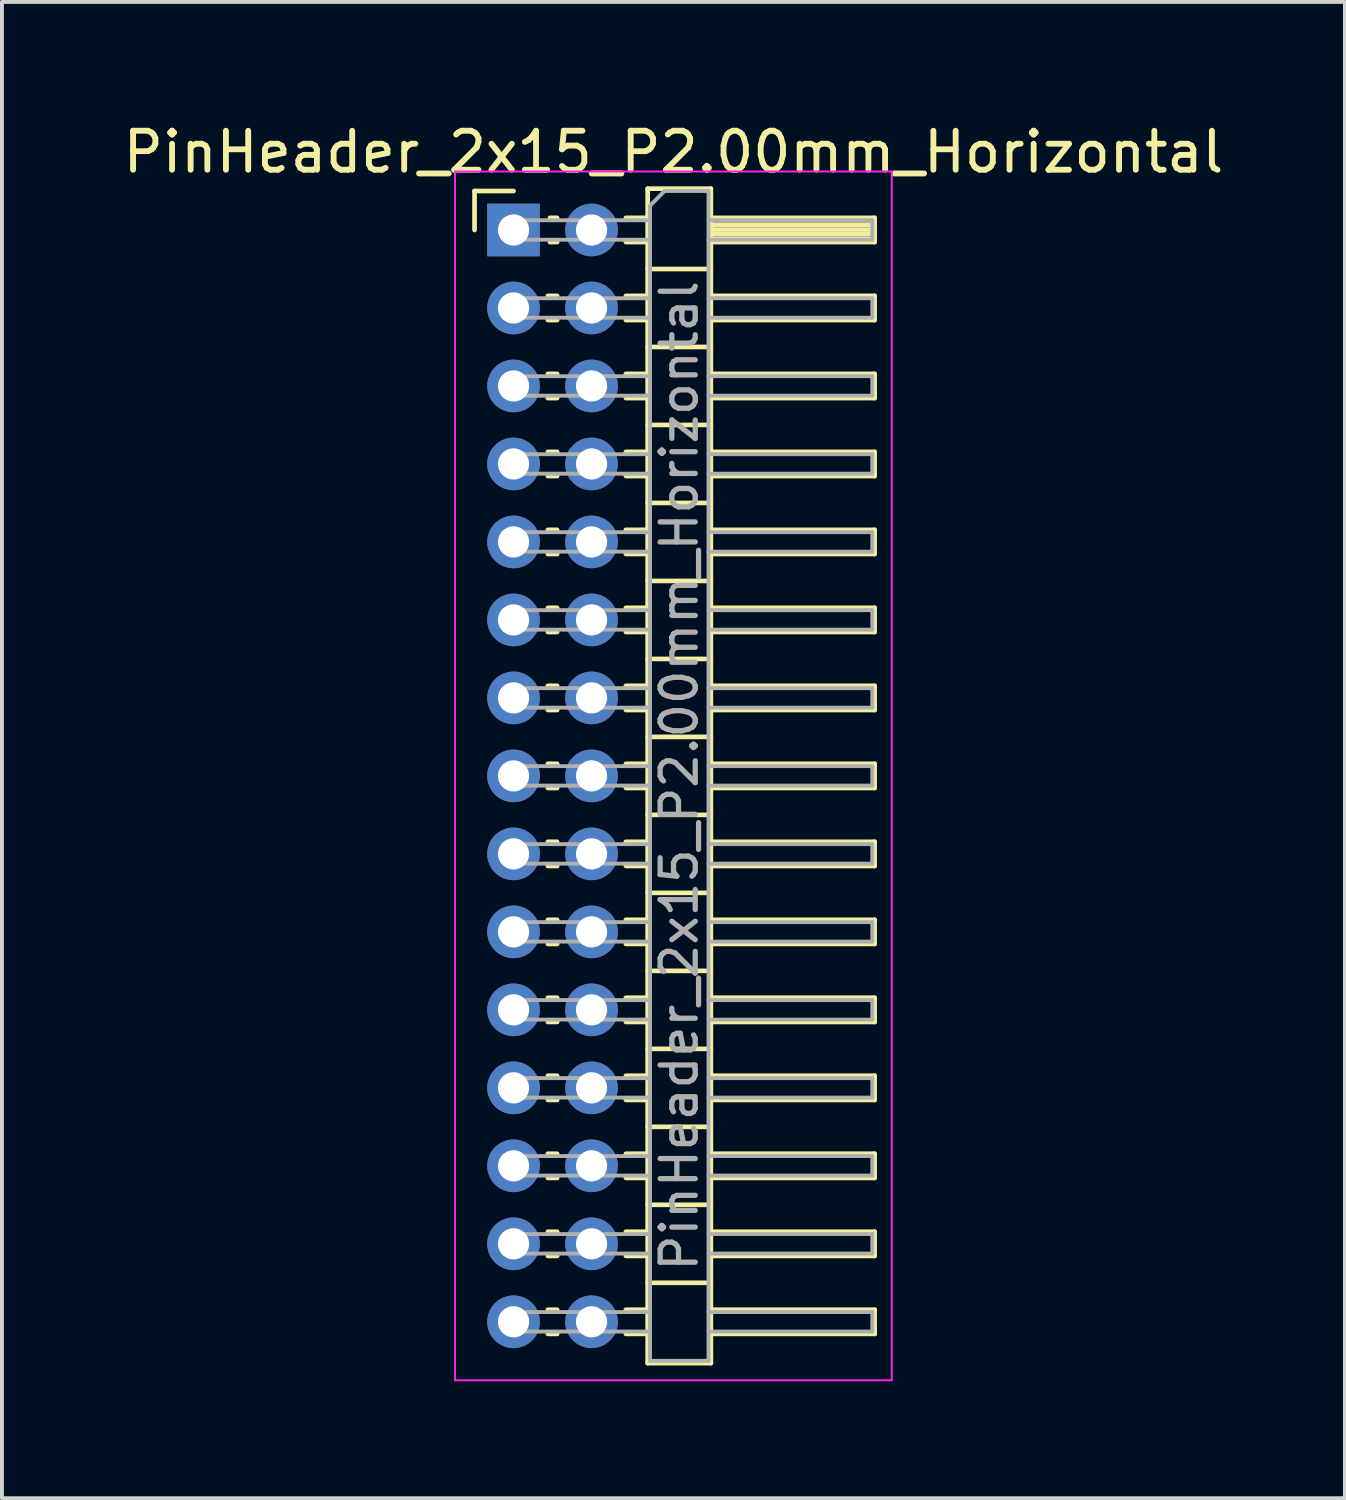
<source format=kicad_pcb>
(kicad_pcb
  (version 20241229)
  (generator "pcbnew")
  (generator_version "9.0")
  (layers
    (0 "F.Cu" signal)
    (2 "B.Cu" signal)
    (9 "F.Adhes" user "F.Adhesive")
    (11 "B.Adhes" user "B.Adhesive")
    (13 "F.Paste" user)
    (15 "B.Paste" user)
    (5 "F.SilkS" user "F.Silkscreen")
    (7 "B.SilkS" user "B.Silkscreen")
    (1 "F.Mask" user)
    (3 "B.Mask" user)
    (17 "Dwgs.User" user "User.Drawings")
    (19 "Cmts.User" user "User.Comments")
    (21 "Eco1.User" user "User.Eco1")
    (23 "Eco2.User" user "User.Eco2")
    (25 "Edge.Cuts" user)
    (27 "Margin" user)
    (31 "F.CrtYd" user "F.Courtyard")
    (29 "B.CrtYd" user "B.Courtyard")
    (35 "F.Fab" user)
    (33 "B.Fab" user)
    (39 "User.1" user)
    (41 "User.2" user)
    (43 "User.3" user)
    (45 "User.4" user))
  (footprint "PinHeader_2x15_P2.00mm_Horizontal"
    (layer "F.Cu")
    (at 10.12 2.848)
    (property "Reference" "PinHeader_2x15_P2.00mm_Horizontal" (at 4.1 -2 0) (layer "F.SilkS") (effects (font (size 1 1) (thickness 0.15))))
    (attr through_hole)
    (fp_line (start -1 -1) (end 0 -1) (stroke (width 0.12) (type solid)) (layer "F.SilkS"))
    (fp_line (start -1 0) (end -1 -1) (stroke (width 0.12) (type solid)) (layer "F.SilkS"))
    (fp_line (start 0.882 1.69) (end 1.118 1.69) (stroke (width 0.12) (type solid)) (layer "F.SilkS"))
    (fp_line (start 0.882 2.31) (end 1.118 2.31) (stroke (width 0.12) (type solid)) (layer "F.SilkS"))
    (fp_line (start 0.882 3.69) (end 1.118 3.69) (stroke (width 0.12) (type solid)) (layer "F.SilkS"))
    (fp_line (start 0.882 4.31) (end 1.118 4.31) (stroke (width 0.12) (type solid)) (layer "F.SilkS"))
    (fp_line (start 0.882 5.69) (end 1.118 5.69) (stroke (width 0.12) (type solid)) (layer "F.SilkS"))
    (fp_line (start 0.882 6.31) (end 1.118 6.31) (stroke (width 0.12) (type solid)) (layer "F.SilkS"))
    (fp_line (start 0.882 7.69) (end 1.118 7.69) (stroke (width 0.12) (type solid)) (layer "F.SilkS"))
    (fp_line (start 0.882 8.31) (end 1.118 8.31) (stroke (width 0.12) (type solid)) (layer "F.SilkS"))
    (fp_line (start 0.882 9.69) (end 1.118 9.69) (stroke (width 0.12) (type solid)) (layer "F.SilkS"))
    (fp_line (start 0.882 10.31) (end 1.118 10.31) (stroke (width 0.12) (type solid)) (layer "F.SilkS"))
    (fp_line (start 0.882 11.69) (end 1.118 11.69) (stroke (width 0.12) (type solid)) (layer "F.SilkS"))
    (fp_line (start 0.882 12.31) (end 1.118 12.31) (stroke (width 0.12) (type solid)) (layer "F.SilkS"))
    (fp_line (start 0.882 13.69) (end 1.118 13.69) (stroke (width 0.12) (type solid)) (layer "F.SilkS"))
    (fp_line (start 0.882 14.31) (end 1.118 14.31) (stroke (width 0.12) (type solid)) (layer "F.SilkS"))
    (fp_line (start 0.882 15.69) (end 1.118 15.69) (stroke (width 0.12) (type solid)) (layer "F.SilkS"))
    (fp_line (start 0.882 16.31) (end 1.118 16.31) (stroke (width 0.12) (type solid)) (layer "F.SilkS"))
    (fp_line (start 0.882 17.69) (end 1.118 17.69) (stroke (width 0.12) (type solid)) (layer "F.SilkS"))
    (fp_line (start 0.882 18.31) (end 1.118 18.31) (stroke (width 0.12) (type solid)) (layer "F.SilkS"))
    (fp_line (start 0.882 19.69) (end 1.118 19.69) (stroke (width 0.12) (type solid)) (layer "F.SilkS"))
    (fp_line (start 0.882 20.31) (end 1.118 20.31) (stroke (width 0.12) (type solid)) (layer "F.SilkS"))
    (fp_line (start 0.882 21.69) (end 1.118 21.69) (stroke (width 0.12) (type solid)) (layer "F.SilkS"))
    (fp_line (start 0.882 22.31) (end 1.118 22.31) (stroke (width 0.12) (type solid)) (layer "F.SilkS"))
    (fp_line (start 0.882 23.69) (end 1.118 23.69) (stroke (width 0.12) (type solid)) (layer "F.SilkS"))
    (fp_line (start 0.882 24.31) (end 1.118 24.31) (stroke (width 0.12) (type solid)) (layer "F.SilkS"))
    (fp_line (start 0.882 25.69) (end 1.118 25.69) (stroke (width 0.12) (type solid)) (layer "F.SilkS"))
    (fp_line (start 0.882 26.31) (end 1.118 26.31) (stroke (width 0.12) (type solid)) (layer "F.SilkS"))
    (fp_line (start 0.882 27.69) (end 1.118 27.69) (stroke (width 0.12) (type solid)) (layer "F.SilkS"))
    (fp_line (start 0.882 28.31) (end 1.118 28.31) (stroke (width 0.12) (type solid)) (layer "F.SilkS"))
    (fp_line (start 0.935 -0.31) (end 1.118 -0.31) (stroke (width 0.12) (type solid)) (layer "F.SilkS"))
    (fp_line (start 0.935 0.31) (end 1.118 0.31) (stroke (width 0.12) (type solid)) (layer "F.SilkS"))
    (fp_line (start 2.882 -0.31) (end 3.44 -0.31) (stroke (width 0.12) (type solid)) (layer "F.SilkS"))
    (fp_line (start 2.882 0.31) (end 3.44 0.31) (stroke (width 0.12) (type solid)) (layer "F.SilkS"))
    (fp_line (start 2.882 1.69) (end 3.44 1.69) (stroke (width 0.12) (type solid)) (layer "F.SilkS"))
    (fp_line (start 2.882 2.31) (end 3.44 2.31) (stroke (width 0.12) (type solid)) (layer "F.SilkS"))
    (fp_line (start 2.882 3.69) (end 3.44 3.69) (stroke (width 0.12) (type solid)) (layer "F.SilkS"))
    (fp_line (start 2.882 4.31) (end 3.44 4.31) (stroke (width 0.12) (type solid)) (layer "F.SilkS"))
    (fp_line (start 2.882 5.69) (end 3.44 5.69) (stroke (width 0.12) (type solid)) (layer "F.SilkS"))
    (fp_line (start 2.882 6.31) (end 3.44 6.31) (stroke (width 0.12) (type solid)) (layer "F.SilkS"))
    (fp_line (start 2.882 7.69) (end 3.44 7.69) (stroke (width 0.12) (type solid)) (layer "F.SilkS"))
    (fp_line (start 2.882 8.31) (end 3.44 8.31) (stroke (width 0.12) (type solid)) (layer "F.SilkS"))
    (fp_line (start 2.882 9.69) (end 3.44 9.69) (stroke (width 0.12) (type solid)) (layer "F.SilkS"))
    (fp_line (start 2.882 10.31) (end 3.44 10.31) (stroke (width 0.12) (type solid)) (layer "F.SilkS"))
    (fp_line (start 2.882 11.69) (end 3.44 11.69) (stroke (width 0.12) (type solid)) (layer "F.SilkS"))
    (fp_line (start 2.882 12.31) (end 3.44 12.31) (stroke (width 0.12) (type solid)) (layer "F.SilkS"))
    (fp_line (start 2.882 13.69) (end 3.44 13.69) (stroke (width 0.12) (type solid)) (layer "F.SilkS"))
    (fp_line (start 2.882 14.31) (end 3.44 14.31) (stroke (width 0.12) (type solid)) (layer "F.SilkS"))
    (fp_line (start 2.882 15.69) (end 3.44 15.69) (stroke (width 0.12) (type solid)) (layer "F.SilkS"))
    (fp_line (start 2.882 16.31) (end 3.44 16.31) (stroke (width 0.12) (type solid)) (layer "F.SilkS"))
    (fp_line (start 2.882 17.69) (end 3.44 17.69) (stroke (width 0.12) (type solid)) (layer "F.SilkS"))
    (fp_line (start 2.882 18.31) (end 3.44 18.31) (stroke (width 0.12) (type solid)) (layer "F.SilkS"))
    (fp_line (start 2.882 19.69) (end 3.44 19.69) (stroke (width 0.12) (type solid)) (layer "F.SilkS"))
    (fp_line (start 2.882 20.31) (end 3.44 20.31) (stroke (width 0.12) (type solid)) (layer "F.SilkS"))
    (fp_line (start 2.882 21.69) (end 3.44 21.69) (stroke (width 0.12) (type solid)) (layer "F.SilkS"))
    (fp_line (start 2.882 22.31) (end 3.44 22.31) (stroke (width 0.12) (type solid)) (layer "F.SilkS"))
    (fp_line (start 2.882 23.69) (end 3.44 23.69) (stroke (width 0.12) (type solid)) (layer "F.SilkS"))
    (fp_line (start 2.882 24.31) (end 3.44 24.31) (stroke (width 0.12) (type solid)) (layer "F.SilkS"))
    (fp_line (start 2.882 25.69) (end 3.44 25.69) (stroke (width 0.12) (type solid)) (layer "F.SilkS"))
    (fp_line (start 2.882 26.31) (end 3.44 26.31) (stroke (width 0.12) (type solid)) (layer "F.SilkS"))
    (fp_line (start 2.882 27.69) (end 3.44 27.69) (stroke (width 0.12) (type solid)) (layer "F.SilkS"))
    (fp_line (start 2.882 28.31) (end 3.44 28.31) (stroke (width 0.12) (type solid)) (layer "F.SilkS"))
    (fp_line (start 3.44 -1.06) (end 3.44 29.06) (stroke (width 0.12) (type solid)) (layer "F.SilkS"))
    (fp_line (start 3.44 1) (end 5.06 1) (stroke (width 0.12) (type solid)) (layer "F.SilkS"))
    (fp_line (start 3.44 3) (end 5.06 3) (stroke (width 0.12) (type solid)) (layer "F.SilkS"))
    (fp_line (start 3.44 5) (end 5.06 5) (stroke (width 0.12) (type solid)) (layer "F.SilkS"))
    (fp_line (start 3.44 7) (end 5.06 7) (stroke (width 0.12) (type solid)) (layer "F.SilkS"))
    (fp_line (start 3.44 9) (end 5.06 9) (stroke (width 0.12) (type solid)) (layer "F.SilkS"))
    (fp_line (start 3.44 11) (end 5.06 11) (stroke (width 0.12) (type solid)) (layer "F.SilkS"))
    (fp_line (start 3.44 13) (end 5.06 13) (stroke (width 0.12) (type solid)) (layer "F.SilkS"))
    (fp_line (start 3.44 15) (end 5.06 15) (stroke (width 0.12) (type solid)) (layer "F.SilkS"))
    (fp_line (start 3.44 17) (end 5.06 17) (stroke (width 0.12) (type solid)) (layer "F.SilkS"))
    (fp_line (start 3.44 19) (end 5.06 19) (stroke (width 0.12) (type solid)) (layer "F.SilkS"))
    (fp_line (start 3.44 21) (end 5.06 21) (stroke (width 0.12) (type solid)) (layer "F.SilkS"))
    (fp_line (start 3.44 23) (end 5.06 23) (stroke (width 0.12) (type solid)) (layer "F.SilkS"))
    (fp_line (start 3.44 25) (end 5.06 25) (stroke (width 0.12) (type solid)) (layer "F.SilkS"))
    (fp_line (start 3.44 27) (end 5.06 27) (stroke (width 0.12) (type solid)) (layer "F.SilkS"))
    (fp_line (start 3.44 29.06) (end 5.06 29.06) (stroke (width 0.12) (type solid)) (layer "F.SilkS"))
    (fp_line (start 5.06 -1.06) (end 3.44 -1.06) (stroke (width 0.12) (type solid)) (layer "F.SilkS"))
    (fp_line (start 5.06 -0.31) (end 9.26 -0.31) (stroke (width 0.12) (type solid)) (layer "F.SilkS"))
    (fp_line (start 5.06 -0.25) (end 9.26 -0.25) (stroke (width 0.12) (type solid)) (layer "F.SilkS"))
    (fp_line (start 5.06 -0.13) (end 9.26 -0.13) (stroke (width 0.12) (type solid)) (layer "F.SilkS"))
    (fp_line (start 5.06 -0.01) (end 9.26 -0.01) (stroke (width 0.12) (type solid)) (layer "F.SilkS"))
    (fp_line (start 5.06 0.11) (end 9.26 0.11) (stroke (width 0.12) (type solid)) (layer "F.SilkS"))
    (fp_line (start 5.06 0.23) (end 9.26 0.23) (stroke (width 0.12) (type solid)) (layer "F.SilkS"))
    (fp_line (start 5.06 1.69) (end 9.26 1.69) (stroke (width 0.12) (type solid)) (layer "F.SilkS"))
    (fp_line (start 5.06 3.69) (end 9.26 3.69) (stroke (width 0.12) (type solid)) (layer "F.SilkS"))
    (fp_line (start 5.06 5.69) (end 9.26 5.69) (stroke (width 0.12) (type solid)) (layer "F.SilkS"))
    (fp_line (start 5.06 7.69) (end 9.26 7.69) (stroke (width 0.12) (type solid)) (layer "F.SilkS"))
    (fp_line (start 5.06 9.69) (end 9.26 9.69) (stroke (width 0.12) (type solid)) (layer "F.SilkS"))
    (fp_line (start 5.06 11.69) (end 9.26 11.69) (stroke (width 0.12) (type solid)) (layer "F.SilkS"))
    (fp_line (start 5.06 13.69) (end 9.26 13.69) (stroke (width 0.12) (type solid)) (layer "F.SilkS"))
    (fp_line (start 5.06 15.69) (end 9.26 15.69) (stroke (width 0.12) (type solid)) (layer "F.SilkS"))
    (fp_line (start 5.06 17.69) (end 9.26 17.69) (stroke (width 0.12) (type solid)) (layer "F.SilkS"))
    (fp_line (start 5.06 19.69) (end 9.26 19.69) (stroke (width 0.12) (type solid)) (layer "F.SilkS"))
    (fp_line (start 5.06 21.69) (end 9.26 21.69) (stroke (width 0.12) (type solid)) (layer "F.SilkS"))
    (fp_line (start 5.06 23.69) (end 9.26 23.69) (stroke (width 0.12) (type solid)) (layer "F.SilkS"))
    (fp_line (start 5.06 25.69) (end 9.26 25.69) (stroke (width 0.12) (type solid)) (layer "F.SilkS"))
    (fp_line (start 5.06 27.69) (end 9.26 27.69) (stroke (width 0.12) (type solid)) (layer "F.SilkS"))
    (fp_line (start 5.06 29.06) (end 5.06 -1.06) (stroke (width 0.12) (type solid)) (layer "F.SilkS"))
    (fp_line (start 9.26 -0.31) (end 9.26 0.31) (stroke (width 0.12) (type solid)) (layer "F.SilkS"))
    (fp_line (start 9.26 0.31) (end 5.06 0.31) (stroke (width 0.12) (type solid)) (layer "F.SilkS"))
    (fp_line (start 9.26 1.69) (end 9.26 2.31) (stroke (width 0.12) (type solid)) (layer "F.SilkS"))
    (fp_line (start 9.26 2.31) (end 5.06 2.31) (stroke (width 0.12) (type solid)) (layer "F.SilkS"))
    (fp_line (start 9.26 3.69) (end 9.26 4.31) (stroke (width 0.12) (type solid)) (layer "F.SilkS"))
    (fp_line (start 9.26 4.31) (end 5.06 4.31) (stroke (width 0.12) (type solid)) (layer "F.SilkS"))
    (fp_line (start 9.26 5.69) (end 9.26 6.31) (stroke (width 0.12) (type solid)) (layer "F.SilkS"))
    (fp_line (start 9.26 6.31) (end 5.06 6.31) (stroke (width 0.12) (type solid)) (layer "F.SilkS"))
    (fp_line (start 9.26 7.69) (end 9.26 8.31) (stroke (width 0.12) (type solid)) (layer "F.SilkS"))
    (fp_line (start 9.26 8.31) (end 5.06 8.31) (stroke (width 0.12) (type solid)) (layer "F.SilkS"))
    (fp_line (start 9.26 9.69) (end 9.26 10.31) (stroke (width 0.12) (type solid)) (layer "F.SilkS"))
    (fp_line (start 9.26 10.31) (end 5.06 10.31) (stroke (width 0.12) (type solid)) (layer "F.SilkS"))
    (fp_line (start 9.26 11.69) (end 9.26 12.31) (stroke (width 0.12) (type solid)) (layer "F.SilkS"))
    (fp_line (start 9.26 12.31) (end 5.06 12.31) (stroke (width 0.12) (type solid)) (layer "F.SilkS"))
    (fp_line (start 9.26 13.69) (end 9.26 14.31) (stroke (width 0.12) (type solid)) (layer "F.SilkS"))
    (fp_line (start 9.26 14.31) (end 5.06 14.31) (stroke (width 0.12) (type solid)) (layer "F.SilkS"))
    (fp_line (start 9.26 15.69) (end 9.26 16.31) (stroke (width 0.12) (type solid)) (layer "F.SilkS"))
    (fp_line (start 9.26 16.31) (end 5.06 16.31) (stroke (width 0.12) (type solid)) (layer "F.SilkS"))
    (fp_line (start 9.26 17.69) (end 9.26 18.31) (stroke (width 0.12) (type solid)) (layer "F.SilkS"))
    (fp_line (start 9.26 18.31) (end 5.06 18.31) (stroke (width 0.12) (type solid)) (layer "F.SilkS"))
    (fp_line (start 9.26 19.69) (end 9.26 20.31) (stroke (width 0.12) (type solid)) (layer "F.SilkS"))
    (fp_line (start 9.26 20.31) (end 5.06 20.31) (stroke (width 0.12) (type solid)) (layer "F.SilkS"))
    (fp_line (start 9.26 21.69) (end 9.26 22.31) (stroke (width 0.12) (type solid)) (layer "F.SilkS"))
    (fp_line (start 9.26 22.31) (end 5.06 22.31) (stroke (width 0.12) (type solid)) (layer "F.SilkS"))
    (fp_line (start 9.26 23.69) (end 9.26 24.31) (stroke (width 0.12) (type solid)) (layer "F.SilkS"))
    (fp_line (start 9.26 24.31) (end 5.06 24.31) (stroke (width 0.12) (type solid)) (layer "F.SilkS"))
    (fp_line (start 9.26 25.69) (end 9.26 26.31) (stroke (width 0.12) (type solid)) (layer "F.SilkS"))
    (fp_line (start 9.26 26.31) (end 5.06 26.31) (stroke (width 0.12) (type solid)) (layer "F.SilkS"))
    (fp_line (start 9.26 27.69) (end 9.26 28.31) (stroke (width 0.12) (type solid)) (layer "F.SilkS"))
    (fp_line (start 9.26 28.31) (end 5.06 28.31) (stroke (width 0.12) (type solid)) (layer "F.SilkS"))
    (fp_line (start -1.5 -1.5) (end -1.5 29.5) (stroke (width 0.05) (type solid)) (layer "F.CrtYd"))
    (fp_line (start -1.5 29.5) (end 9.7 29.5) (stroke (width 0.05) (type solid)) (layer "F.CrtYd"))
    (fp_line (start 9.7 -1.5) (end -1.5 -1.5) (stroke (width 0.05) (type solid)) (layer "F.CrtYd"))
    (fp_line (start 9.7 29.5) (end 9.7 -1.5) (stroke (width 0.05) (type solid)) (layer "F.CrtYd"))
    (fp_line (start -0.25 -0.25) (end -0.25 0.25) (stroke (width 0.1) (type solid)) (layer "F.Fab"))
    (fp_line (start -0.25 -0.25) (end 3.5 -0.25) (stroke (width 0.1) (type solid)) (layer "F.Fab"))
    (fp_line (start -0.25 0.25) (end 3.5 0.25) (stroke (width 0.1) (type solid)) (layer "F.Fab"))
    (fp_line (start -0.25 1.75) (end -0.25 2.25) (stroke (width 0.1) (type solid)) (layer "F.Fab"))
    (fp_line (start -0.25 1.75) (end 3.5 1.75) (stroke (width 0.1) (type solid)) (layer "F.Fab"))
    (fp_line (start -0.25 2.25) (end 3.5 2.25) (stroke (width 0.1) (type solid)) (layer "F.Fab"))
    (fp_line (start -0.25 3.75) (end -0.25 4.25) (stroke (width 0.1) (type solid)) (layer "F.Fab"))
    (fp_line (start -0.25 3.75) (end 3.5 3.75) (stroke (width 0.1) (type solid)) (layer "F.Fab"))
    (fp_line (start -0.25 4.25) (end 3.5 4.25) (stroke (width 0.1) (type solid)) (layer "F.Fab"))
    (fp_line (start -0.25 5.75) (end -0.25 6.25) (stroke (width 0.1) (type solid)) (layer "F.Fab"))
    (fp_line (start -0.25 5.75) (end 3.5 5.75) (stroke (width 0.1) (type solid)) (layer "F.Fab"))
    (fp_line (start -0.25 6.25) (end 3.5 6.25) (stroke (width 0.1) (type solid)) (layer "F.Fab"))
    (fp_line (start -0.25 7.75) (end -0.25 8.25) (stroke (width 0.1) (type solid)) (layer "F.Fab"))
    (fp_line (start -0.25 7.75) (end 3.5 7.75) (stroke (width 0.1) (type solid)) (layer "F.Fab"))
    (fp_line (start -0.25 8.25) (end 3.5 8.25) (stroke (width 0.1) (type solid)) (layer "F.Fab"))
    (fp_line (start -0.25 9.75) (end -0.25 10.25) (stroke (width 0.1) (type solid)) (layer "F.Fab"))
    (fp_line (start -0.25 9.75) (end 3.5 9.75) (stroke (width 0.1) (type solid)) (layer "F.Fab"))
    (fp_line (start -0.25 10.25) (end 3.5 10.25) (stroke (width 0.1) (type solid)) (layer "F.Fab"))
    (fp_line (start -0.25 11.75) (end -0.25 12.25) (stroke (width 0.1) (type solid)) (layer "F.Fab"))
    (fp_line (start -0.25 11.75) (end 3.5 11.75) (stroke (width 0.1) (type solid)) (layer "F.Fab"))
    (fp_line (start -0.25 12.25) (end 3.5 12.25) (stroke (width 0.1) (type solid)) (layer "F.Fab"))
    (fp_line (start -0.25 13.75) (end -0.25 14.25) (stroke (width 0.1) (type solid)) (layer "F.Fab"))
    (fp_line (start -0.25 13.75) (end 3.5 13.75) (stroke (width 0.1) (type solid)) (layer "F.Fab"))
    (fp_line (start -0.25 14.25) (end 3.5 14.25) (stroke (width 0.1) (type solid)) (layer "F.Fab"))
    (fp_line (start -0.25 15.75) (end -0.25 16.25) (stroke (width 0.1) (type solid)) (layer "F.Fab"))
    (fp_line (start -0.25 15.75) (end 3.5 15.75) (stroke (width 0.1) (type solid)) (layer "F.Fab"))
    (fp_line (start -0.25 16.25) (end 3.5 16.25) (stroke (width 0.1) (type solid)) (layer "F.Fab"))
    (fp_line (start -0.25 17.75) (end -0.25 18.25) (stroke (width 0.1) (type solid)) (layer "F.Fab"))
    (fp_line (start -0.25 17.75) (end 3.5 17.75) (stroke (width 0.1) (type solid)) (layer "F.Fab"))
    (fp_line (start -0.25 18.25) (end 3.5 18.25) (stroke (width 0.1) (type solid)) (layer "F.Fab"))
    (fp_line (start -0.25 19.75) (end -0.25 20.25) (stroke (width 0.1) (type solid)) (layer "F.Fab"))
    (fp_line (start -0.25 19.75) (end 3.5 19.75) (stroke (width 0.1) (type solid)) (layer "F.Fab"))
    (fp_line (start -0.25 20.25) (end 3.5 20.25) (stroke (width 0.1) (type solid)) (layer "F.Fab"))
    (fp_line (start -0.25 21.75) (end -0.25 22.25) (stroke (width 0.1) (type solid)) (layer "F.Fab"))
    (fp_line (start -0.25 21.75) (end 3.5 21.75) (stroke (width 0.1) (type solid)) (layer "F.Fab"))
    (fp_line (start -0.25 22.25) (end 3.5 22.25) (stroke (width 0.1) (type solid)) (layer "F.Fab"))
    (fp_line (start -0.25 23.75) (end -0.25 24.25) (stroke (width 0.1) (type solid)) (layer "F.Fab"))
    (fp_line (start -0.25 23.75) (end 3.5 23.75) (stroke (width 0.1) (type solid)) (layer "F.Fab"))
    (fp_line (start -0.25 24.25) (end 3.5 24.25) (stroke (width 0.1) (type solid)) (layer "F.Fab"))
    (fp_line (start -0.25 25.75) (end -0.25 26.25) (stroke (width 0.1) (type solid)) (layer "F.Fab"))
    (fp_line (start -0.25 25.75) (end 3.5 25.75) (stroke (width 0.1) (type solid)) (layer "F.Fab"))
    (fp_line (start -0.25 26.25) (end 3.5 26.25) (stroke (width 0.1) (type solid)) (layer "F.Fab"))
    (fp_line (start -0.25 27.75) (end -0.25 28.25) (stroke (width 0.1) (type solid)) (layer "F.Fab"))
    (fp_line (start -0.25 27.75) (end 3.5 27.75) (stroke (width 0.1) (type solid)) (layer "F.Fab"))
    (fp_line (start -0.25 28.25) (end 3.5 28.25) (stroke (width 0.1) (type solid)) (layer "F.Fab"))
    (fp_line (start 3.5 -0.625) (end 3.875 -1) (stroke (width 0.1) (type solid)) (layer "F.Fab"))
    (fp_line (start 3.5 29) (end 3.5 -0.625) (stroke (width 0.1) (type solid)) (layer "F.Fab"))
    (fp_line (start 3.875 -1) (end 5 -1) (stroke (width 0.1) (type solid)) (layer "F.Fab"))
    (fp_line (start 5 -1) (end 5 29) (stroke (width 0.1) (type solid)) (layer "F.Fab"))
    (fp_line (start 5 -0.25) (end 9.2 -0.25) (stroke (width 0.1) (type solid)) (layer "F.Fab"))
    (fp_line (start 5 0.25) (end 9.2 0.25) (stroke (width 0.1) (type solid)) (layer "F.Fab"))
    (fp_line (start 5 1.75) (end 9.2 1.75) (stroke (width 0.1) (type solid)) (layer "F.Fab"))
    (fp_line (start 5 2.25) (end 9.2 2.25) (stroke (width 0.1) (type solid)) (layer "F.Fab"))
    (fp_line (start 5 3.75) (end 9.2 3.75) (stroke (width 0.1) (type solid)) (layer "F.Fab"))
    (fp_line (start 5 4.25) (end 9.2 4.25) (stroke (width 0.1) (type solid)) (layer "F.Fab"))
    (fp_line (start 5 5.75) (end 9.2 5.75) (stroke (width 0.1) (type solid)) (layer "F.Fab"))
    (fp_line (start 5 6.25) (end 9.2 6.25) (stroke (width 0.1) (type solid)) (layer "F.Fab"))
    (fp_line (start 5 7.75) (end 9.2 7.75) (stroke (width 0.1) (type solid)) (layer "F.Fab"))
    (fp_line (start 5 8.25) (end 9.2 8.25) (stroke (width 0.1) (type solid)) (layer "F.Fab"))
    (fp_line (start 5 9.75) (end 9.2 9.75) (stroke (width 0.1) (type solid)) (layer "F.Fab"))
    (fp_line (start 5 10.25) (end 9.2 10.25) (stroke (width 0.1) (type solid)) (layer "F.Fab"))
    (fp_line (start 5 11.75) (end 9.2 11.75) (stroke (width 0.1) (type solid)) (layer "F.Fab"))
    (fp_line (start 5 12.25) (end 9.2 12.25) (stroke (width 0.1) (type solid)) (layer "F.Fab"))
    (fp_line (start 5 13.75) (end 9.2 13.75) (stroke (width 0.1) (type solid)) (layer "F.Fab"))
    (fp_line (start 5 14.25) (end 9.2 14.25) (stroke (width 0.1) (type solid)) (layer "F.Fab"))
    (fp_line (start 5 15.75) (end 9.2 15.75) (stroke (width 0.1) (type solid)) (layer "F.Fab"))
    (fp_line (start 5 16.25) (end 9.2 16.25) (stroke (width 0.1) (type solid)) (layer "F.Fab"))
    (fp_line (start 5 17.75) (end 9.2 17.75) (stroke (width 0.1) (type solid)) (layer "F.Fab"))
    (fp_line (start 5 18.25) (end 9.2 18.25) (stroke (width 0.1) (type solid)) (layer "F.Fab"))
    (fp_line (start 5 19.75) (end 9.2 19.75) (stroke (width 0.1) (type solid)) (layer "F.Fab"))
    (fp_line (start 5 20.25) (end 9.2 20.25) (stroke (width 0.1) (type solid)) (layer "F.Fab"))
    (fp_line (start 5 21.75) (end 9.2 21.75) (stroke (width 0.1) (type solid)) (layer "F.Fab"))
    (fp_line (start 5 22.25) (end 9.2 22.25) (stroke (width 0.1) (type solid)) (layer "F.Fab"))
    (fp_line (start 5 23.75) (end 9.2 23.75) (stroke (width 0.1) (type solid)) (layer "F.Fab"))
    (fp_line (start 5 24.25) (end 9.2 24.25) (stroke (width 0.1) (type solid)) (layer "F.Fab"))
    (fp_line (start 5 25.75) (end 9.2 25.75) (stroke (width 0.1) (type solid)) (layer "F.Fab"))
    (fp_line (start 5 26.25) (end 9.2 26.25) (stroke (width 0.1) (type solid)) (layer "F.Fab"))
    (fp_line (start 5 27.75) (end 9.2 27.75) (stroke (width 0.1) (type solid)) (layer "F.Fab"))
    (fp_line (start 5 28.25) (end 9.2 28.25) (stroke (width 0.1) (type solid)) (layer "F.Fab"))
    (fp_line (start 5 29) (end 3.5 29) (stroke (width 0.1) (type solid)) (layer "F.Fab"))
    (fp_line (start 9.2 -0.25) (end 9.2 0.25) (stroke (width 0.1) (type solid)) (layer "F.Fab"))
    (fp_line (start 9.2 1.75) (end 9.2 2.25) (stroke (width 0.1) (type solid)) (layer "F.Fab"))
    (fp_line (start 9.2 3.75) (end 9.2 4.25) (stroke (width 0.1) (type solid)) (layer "F.Fab"))
    (fp_line (start 9.2 5.75) (end 9.2 6.25) (stroke (width 0.1) (type solid)) (layer "F.Fab"))
    (fp_line (start 9.2 7.75) (end 9.2 8.25) (stroke (width 0.1) (type solid)) (layer "F.Fab"))
    (fp_line (start 9.2 9.75) (end 9.2 10.25) (stroke (width 0.1) (type solid)) (layer "F.Fab"))
    (fp_line (start 9.2 11.75) (end 9.2 12.25) (stroke (width 0.1) (type solid)) (layer "F.Fab"))
    (fp_line (start 9.2 13.75) (end 9.2 14.25) (stroke (width 0.1) (type solid)) (layer "F.Fab"))
    (fp_line (start 9.2 15.75) (end 9.2 16.25) (stroke (width 0.1) (type solid)) (layer "F.Fab"))
    (fp_line (start 9.2 17.75) (end 9.2 18.25) (stroke (width 0.1) (type solid)) (layer "F.Fab"))
    (fp_line (start 9.2 19.75) (end 9.2 20.25) (stroke (width 0.1) (type solid)) (layer "F.Fab"))
    (fp_line (start 9.2 21.75) (end 9.2 22.25) (stroke (width 0.1) (type solid)) (layer "F.Fab"))
    (fp_line (start 9.2 23.75) (end 9.2 24.25) (stroke (width 0.1) (type solid)) (layer "F.Fab"))
    (fp_line (start 9.2 25.75) (end 9.2 26.25) (stroke (width 0.1) (type solid)) (layer "F.Fab"))
    (fp_line (start 9.2 27.75) (end 9.2 28.25) (stroke (width 0.1) (type solid)) (layer "F.Fab"))
    (fp_text user "${REFERENCE}" (at 4.25 14 90) (layer "F.Fab") (effects (font (size 0.9 0.9) (thickness 0.135))))
    (pad "1" thru_hole rect (at 0 0) (size 1.35 1.35) (drill 0.8) (layers "*.Cu" "*.Mask"))
    (pad "2" thru_hole oval (at 2 0) (size 1.35 1.35) (drill 0.8) (layers "*.Cu" "*.Mask"))
    (pad "3" thru_hole oval (at 0 2) (size 1.35 1.35) (drill 0.8) (layers "*.Cu" "*.Mask"))
    (pad "4" thru_hole oval (at 2 2) (size 1.35 1.35) (drill 0.8) (layers "*.Cu" "*.Mask"))
    (pad "5" thru_hole oval (at 0 4) (size 1.35 1.35) (drill 0.8) (layers "*.Cu" "*.Mask"))
    (pad "6" thru_hole oval (at 2 4) (size 1.35 1.35) (drill 0.8) (layers "*.Cu" "*.Mask"))
    (pad "7" thru_hole oval (at 0 6) (size 1.35 1.35) (drill 0.8) (layers "*.Cu" "*.Mask"))
    (pad "8" thru_hole oval (at 2 6) (size 1.35 1.35) (drill 0.8) (layers "*.Cu" "*.Mask"))
    (pad "9" thru_hole oval (at 0 8) (size 1.35 1.35) (drill 0.8) (layers "*.Cu" "*.Mask"))
    (pad "10" thru_hole oval (at 2 8) (size 1.35 1.35) (drill 0.8) (layers "*.Cu" "*.Mask"))
    (pad "11" thru_hole oval (at 0 10) (size 1.35 1.35) (drill 0.8) (layers "*.Cu" "*.Mask"))
    (pad "12" thru_hole oval (at 2 10) (size 1.35 1.35) (drill 0.8) (layers "*.Cu" "*.Mask"))
    (pad "13" thru_hole oval (at 0 12) (size 1.35 1.35) (drill 0.8) (layers "*.Cu" "*.Mask"))
    (pad "14" thru_hole oval (at 2 12) (size 1.35 1.35) (drill 0.8) (layers "*.Cu" "*.Mask"))
    (pad "15" thru_hole oval (at 0 14) (size 1.35 1.35) (drill 0.8) (layers "*.Cu" "*.Mask"))
    (pad "16" thru_hole oval (at 2 14) (size 1.35 1.35) (drill 0.8) (layers "*.Cu" "*.Mask"))
    (pad "17" thru_hole oval (at 0 16) (size 1.35 1.35) (drill 0.8) (layers "*.Cu" "*.Mask"))
    (pad "18" thru_hole oval (at 2 16) (size 1.35 1.35) (drill 0.8) (layers "*.Cu" "*.Mask"))
    (pad "19" thru_hole oval (at 0 18) (size 1.35 1.35) (drill 0.8) (layers "*.Cu" "*.Mask"))
    (pad "20" thru_hole oval (at 2 18) (size 1.35 1.35) (drill 0.8) (layers "*.Cu" "*.Mask"))
    (pad "21" thru_hole oval (at 0 20) (size 1.35 1.35) (drill 0.8) (layers "*.Cu" "*.Mask"))
    (pad "22" thru_hole oval (at 2 20) (size 1.35 1.35) (drill 0.8) (layers "*.Cu" "*.Mask"))
    (pad "23" thru_hole oval (at 0 22) (size 1.35 1.35) (drill 0.8) (layers "*.Cu" "*.Mask"))
    (pad "24" thru_hole oval (at 2 22) (size 1.35 1.35) (drill 0.8) (layers "*.Cu" "*.Mask"))
    (pad "25" thru_hole oval (at 0 24) (size 1.35 1.35) (drill 0.8) (layers "*.Cu" "*.Mask"))
    (pad "26" thru_hole oval (at 2 24) (size 1.35 1.35) (drill 0.8) (layers "*.Cu" "*.Mask"))
    (pad "27" thru_hole oval (at 0 26) (size 1.35 1.35) (drill 0.8) (layers "*.Cu" "*.Mask"))
    (pad "28" thru_hole oval (at 2 26) (size 1.35 1.35) (drill 0.8) (layers "*.Cu" "*.Mask"))
    (pad "29" thru_hole oval (at 0 28) (size 1.35 1.35) (drill 0.8) (layers "*.Cu" "*.Mask"))
    (pad "30" thru_hole oval (at 2 28) (size 1.35 1.35) (drill 0.8) (layers "*.Cu" "*.Mask")))
  (gr_rect
    (start -3 -3)
    (end 31.44 35.373)
    (stroke (width 0.1) (type default))
    (fill no)
    (layer "Edge.Cuts")))
</source>
